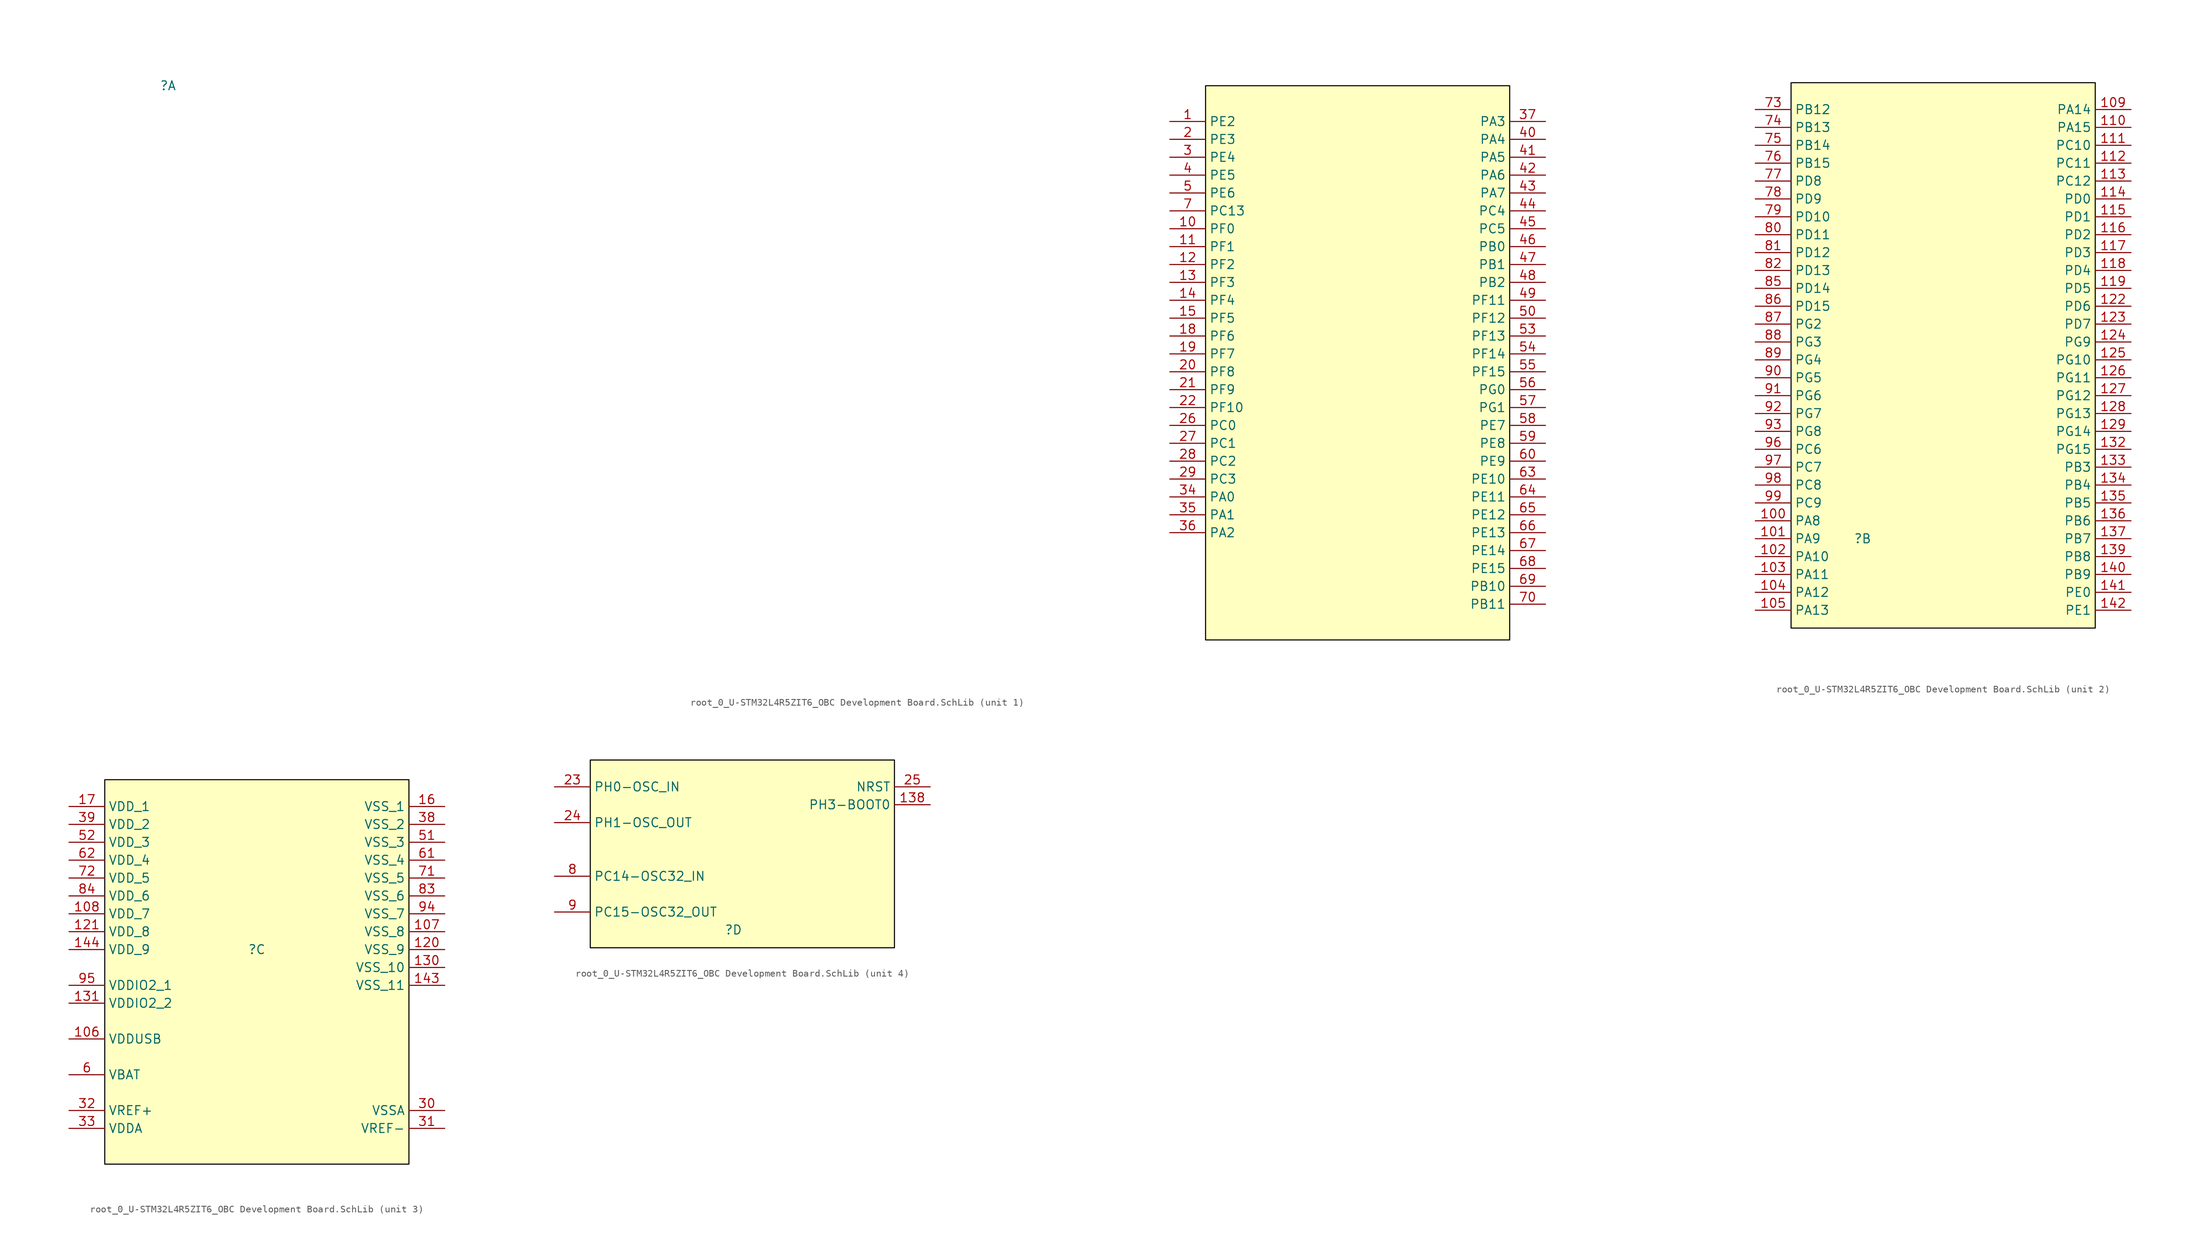
<source format=kicad_sym>
(kicad_symbol_lib
  (version 20241209)
  (generator "kicad_symbol_editor")
  (generator_version "9.0")
  (symbol "root_0_U-STM32L4R5ZIT6_OBC Development Board.SchLib"
    (property "Reference" ""
      (at 0 0 0)
      (effects (font (size 1.27 1.27))))
    (property "Value" ""
      (at 0 0 0)
      (effects (font (size 1.27 1.27))))
    (symbol "root_0_U-STM32L4R5ZIT6_OBC Development Board.SchLib_1_0"
      (rectangle (start 190.5 0) (end 147.32 -78.74) (stroke (width 0) (type solid) (color 0 0 0 1)) (fill (type background)))
      (pin passive line (at 142.24 -5.08 0) (length 5.08) (name "PE2" (effects (font (size 1.27 1.27)))) (number "1" (effects (font (size 1.27 1.27)))))
      (pin passive line (at 142.24 -7.62 0) (length 5.08) (name "PE3" (effects (font (size 1.27 1.27)))) (number "2" (effects (font (size 1.27 1.27)))))
      (pin passive line (at 142.24 -10.16 0) (length 5.08) (name "PE4" (effects (font (size 1.27 1.27)))) (number "3" (effects (font (size 1.27 1.27)))))
      (pin passive line (at 142.24 -12.7 0) (length 5.08) (name "PE5" (effects (font (size 1.27 1.27)))) (number "4" (effects (font (size 1.27 1.27)))))
      (pin passive line (at 142.24 -15.24 0) (length 5.08) (name "PE6" (effects (font (size 1.27 1.27)))) (number "5" (effects (font (size 1.27 1.27)))))
      (pin passive line (at 142.24 -17.78 0) (length 5.08) (name "PC13" (effects (font (size 1.27 1.27)))) (number "7" (effects (font (size 1.27 1.27)))))
      (pin passive line (at 142.24 -20.32 0) (length 5.08) (name "PF0" (effects (font (size 1.27 1.27)))) (number "10" (effects (font (size 1.27 1.27)))))
      (pin passive line (at 142.24 -22.86 0) (length 5.08) (name "PF1" (effects (font (size 1.27 1.27)))) (number "11" (effects (font (size 1.27 1.27)))))
      (pin passive line (at 142.24 -25.4 0) (length 5.08) (name "PF2" (effects (font (size 1.27 1.27)))) (number "12" (effects (font (size 1.27 1.27)))))
      (pin passive line (at 142.24 -27.94 0) (length 5.08) (name "PF3" (effects (font (size 1.27 1.27)))) (number "13" (effects (font (size 1.27 1.27)))))
      (pin passive line (at 142.24 -30.48 0) (length 5.08) (name "PF4" (effects (font (size 1.27 1.27)))) (number "14" (effects (font (size 1.27 1.27)))))
      (pin passive line (at 142.24 -33.02 0) (length 5.08) (name "PF5" (effects (font (size 1.27 1.27)))) (number "15" (effects (font (size 1.27 1.27)))))
      (pin passive line (at 142.24 -35.56 0) (length 5.08) (name "PF6" (effects (font (size 1.27 1.27)))) (number "18" (effects (font (size 1.27 1.27)))))
      (pin passive line (at 142.24 -38.1 0) (length 5.08) (name "PF7" (effects (font (size 1.27 1.27)))) (number "19" (effects (font (size 1.27 1.27)))))
      (pin passive line (at 142.24 -40.64 0) (length 5.08) (name "PF8" (effects (font (size 1.27 1.27)))) (number "20" (effects (font (size 1.27 1.27)))))
      (pin passive line (at 142.24 -43.18 0) (length 5.08) (name "PF9" (effects (font (size 1.27 1.27)))) (number "21" (effects (font (size 1.27 1.27)))))
      (pin passive line (at 142.24 -45.72 0) (length 5.08) (name "PF10" (effects (font (size 1.27 1.27)))) (number "22" (effects (font (size 1.27 1.27)))))
      (pin passive line (at 142.24 -48.26 0) (length 5.08) (name "PC0" (effects (font (size 1.27 1.27)))) (number "26" (effects (font (size 1.27 1.27)))))
      (pin passive line (at 142.24 -50.8 0) (length 5.08) (name "PC1" (effects (font (size 1.27 1.27)))) (number "27" (effects (font (size 1.27 1.27)))))
      (pin passive line (at 142.24 -53.34 0) (length 5.08) (name "PC2" (effects (font (size 1.27 1.27)))) (number "28" (effects (font (size 1.27 1.27)))))
      (pin passive line (at 142.24 -55.88 0) (length 5.08) (name "PC3" (effects (font (size 1.27 1.27)))) (number "29" (effects (font (size 1.27 1.27)))))
      (pin passive line (at 142.24 -58.42 0) (length 5.08) (name "PA0" (effects (font (size 1.27 1.27)))) (number "34" (effects (font (size 1.27 1.27)))))
      (pin passive line (at 142.24 -60.96 0) (length 5.08) (name "PA1" (effects (font (size 1.27 1.27)))) (number "35" (effects (font (size 1.27 1.27)))))
      (pin passive line (at 142.24 -63.5 0) (length 5.08) (name "PA2" (effects (font (size 1.27 1.27)))) (number "36" (effects (font (size 1.27 1.27)))))
      (pin passive line (at 195.58 -5.08 180) (length 5.08) (name "PA3" (effects (font (size 1.27 1.27)))) (number "37" (effects (font (size 1.27 1.27)))))
      (pin passive line (at 195.58 -7.62 180) (length 5.08) (name "PA4" (effects (font (size 1.27 1.27)))) (number "40" (effects (font (size 1.27 1.27)))))
      (pin passive line (at 195.58 -10.16 180) (length 5.08) (name "PA5" (effects (font (size 1.27 1.27)))) (number "41" (effects (font (size 1.27 1.27)))))
      (pin passive line (at 195.58 -12.7 180) (length 5.08) (name "PA6" (effects (font (size 1.27 1.27)))) (number "42" (effects (font (size 1.27 1.27)))))
      (pin passive line (at 195.58 -15.24 180) (length 5.08) (name "PA7" (effects (font (size 1.27 1.27)))) (number "43" (effects (font (size 1.27 1.27)))))
      (pin passive line (at 195.58 -17.78 180) (length 5.08) (name "PC4" (effects (font (size 1.27 1.27)))) (number "44" (effects (font (size 1.27 1.27)))))
      (pin passive line (at 195.58 -20.32 180) (length 5.08) (name "PC5" (effects (font (size 1.27 1.27)))) (number "45" (effects (font (size 1.27 1.27)))))
      (pin passive line (at 195.58 -22.86 180) (length 5.08) (name "PB0" (effects (font (size 1.27 1.27)))) (number "46" (effects (font (size 1.27 1.27)))))
      (pin passive line (at 195.58 -25.4 180) (length 5.08) (name "PB1" (effects (font (size 1.27 1.27)))) (number "47" (effects (font (size 1.27 1.27)))))
      (pin passive line (at 195.58 -27.94 180) (length 5.08) (name "PB2" (effects (font (size 1.27 1.27)))) (number "48" (effects (font (size 1.27 1.27)))))
      (pin passive line (at 195.58 -30.48 180) (length 5.08) (name "PF11" (effects (font (size 1.27 1.27)))) (number "49" (effects (font (size 1.27 1.27)))))
      (pin passive line (at 195.58 -33.02 180) (length 5.08) (name "PF12" (effects (font (size 1.27 1.27)))) (number "50" (effects (font (size 1.27 1.27)))))
      (pin passive line (at 195.58 -35.56 180) (length 5.08) (name "PF13" (effects (font (size 1.27 1.27)))) (number "53" (effects (font (size 1.27 1.27)))))
      (pin passive line (at 195.58 -38.1 180) (length 5.08) (name "PF14" (effects (font (size 1.27 1.27)))) (number "54" (effects (font (size 1.27 1.27)))))
      (pin passive line (at 195.58 -40.64 180) (length 5.08) (name "PF15" (effects (font (size 1.27 1.27)))) (number "55" (effects (font (size 1.27 1.27)))))
      (pin passive line (at 195.58 -43.18 180) (length 5.08) (name "PG0" (effects (font (size 1.27 1.27)))) (number "56" (effects (font (size 1.27 1.27)))))
      (pin passive line (at 195.58 -45.72 180) (length 5.08) (name "PG1" (effects (font (size 1.27 1.27)))) (number "57" (effects (font (size 1.27 1.27)))))
      (pin passive line (at 195.58 -48.26 180) (length 5.08) (name "PE7" (effects (font (size 1.27 1.27)))) (number "58" (effects (font (size 1.27 1.27)))))
      (pin passive line (at 195.58 -50.8 180) (length 5.08) (name "PE8" (effects (font (size 1.27 1.27)))) (number "59" (effects (font (size 1.27 1.27)))))
      (pin passive line (at 195.58 -53.34 180) (length 5.08) (name "PE9" (effects (font (size 1.27 1.27)))) (number "60" (effects (font (size 1.27 1.27)))))
      (pin passive line (at 195.58 -55.88 180) (length 5.08) (name "PE10" (effects (font (size 1.27 1.27)))) (number "63" (effects (font (size 1.27 1.27)))))
      (pin passive line (at 195.58 -58.42 180) (length 5.08) (name "PE11" (effects (font (size 1.27 1.27)))) (number "64" (effects (font (size 1.27 1.27)))))
      (pin passive line (at 195.58 -60.96 180) (length 5.08) (name "PE12" (effects (font (size 1.27 1.27)))) (number "65" (effects (font (size 1.27 1.27)))))
      (pin passive line (at 195.58 -63.5 180) (length 5.08) (name "PE13" (effects (font (size 1.27 1.27)))) (number "66" (effects (font (size 1.27 1.27)))))
      (pin passive line (at 195.58 -66.04 180) (length 5.08) (name "PE14" (effects (font (size 1.27 1.27)))) (number "67" (effects (font (size 1.27 1.27)))))
      (pin passive line (at 195.58 -68.58 180) (length 5.08) (name "PE15" (effects (font (size 1.27 1.27)))) (number "68" (effects (font (size 1.27 1.27)))))
      (pin passive line (at 195.58 -71.12 180) (length 5.08) (name "PB10" (effects (font (size 1.27 1.27)))) (number "69" (effects (font (size 1.27 1.27)))))
      (pin passive line (at 195.58 -73.66 180) (length 5.08) (name "PB11" (effects (font (size 1.27 1.27)))) (number "70" (effects (font (size 1.27 1.27))))))
    (symbol "root_0_U-STM32L4R5ZIT6_OBC Development Board.SchLib_2_0"
      (rectangle (start 33.02 64.77) (end -10.16 -12.7) (stroke (width 0) (type solid) (color 0 0 0 1)) (fill (type background)))
      (pin passive line (at -15.24 60.96 0) (length 5.08) (name "PB12" (effects (font (size 1.27 1.27)))) (number "73" (effects (font (size 1.27 1.27)))))
      (pin passive line (at -15.24 58.42 0) (length 5.08) (name "PB13" (effects (font (size 1.27 1.27)))) (number "74" (effects (font (size 1.27 1.27)))))
      (pin passive line (at -15.24 55.88 0) (length 5.08) (name "PB14" (effects (font (size 1.27 1.27)))) (number "75" (effects (font (size 1.27 1.27)))))
      (pin passive line (at -15.24 53.34 0) (length 5.08) (name "PB15" (effects (font (size 1.27 1.27)))) (number "76" (effects (font (size 1.27 1.27)))))
      (pin passive line (at -15.24 50.8 0) (length 5.08) (name "PD8" (effects (font (size 1.27 1.27)))) (number "77" (effects (font (size 1.27 1.27)))))
      (pin passive line (at -15.24 48.26 0) (length 5.08) (name "PD9" (effects (font (size 1.27 1.27)))) (number "78" (effects (font (size 1.27 1.27)))))
      (pin passive line (at -15.24 45.72 0) (length 5.08) (name "PD10" (effects (font (size 1.27 1.27)))) (number "79" (effects (font (size 1.27 1.27)))))
      (pin passive line (at -15.24 43.18 0) (length 5.08) (name "PD11" (effects (font (size 1.27 1.27)))) (number "80" (effects (font (size 1.27 1.27)))))
      (pin passive line (at -15.24 40.64 0) (length 5.08) (name "PD12" (effects (font (size 1.27 1.27)))) (number "81" (effects (font (size 1.27 1.27)))))
      (pin passive line (at -15.24 38.1 0) (length 5.08) (name "PD13" (effects (font (size 1.27 1.27)))) (number "82" (effects (font (size 1.27 1.27)))))
      (pin passive line (at -15.24 35.56 0) (length 5.08) (name "PD14" (effects (font (size 1.27 1.27)))) (number "85" (effects (font (size 1.27 1.27)))))
      (pin passive line (at -15.24 33.02 0) (length 5.08) (name "PD15" (effects (font (size 1.27 1.27)))) (number "86" (effects (font (size 1.27 1.27)))))
      (pin passive line (at -15.24 30.48 0) (length 5.08) (name "PG2" (effects (font (size 1.27 1.27)))) (number "87" (effects (font (size 1.27 1.27)))))
      (pin passive line (at -15.24 27.94 0) (length 5.08) (name "PG3" (effects (font (size 1.27 1.27)))) (number "88" (effects (font (size 1.27 1.27)))))
      (pin passive line (at -15.24 25.4 0) (length 5.08) (name "PG4" (effects (font (size 1.27 1.27)))) (number "89" (effects (font (size 1.27 1.27)))))
      (pin passive line (at -15.24 22.86 0) (length 5.08) (name "PG5" (effects (font (size 1.27 1.27)))) (number "90" (effects (font (size 1.27 1.27)))))
      (pin passive line (at -15.24 20.32 0) (length 5.08) (name "PG6" (effects (font (size 1.27 1.27)))) (number "91" (effects (font (size 1.27 1.27)))))
      (pin passive line (at -15.24 17.78 0) (length 5.08) (name "PG7" (effects (font (size 1.27 1.27)))) (number "92" (effects (font (size 1.27 1.27)))))
      (pin passive line (at -15.24 15.24 0) (length 5.08) (name "PG8" (effects (font (size 1.27 1.27)))) (number "93" (effects (font (size 1.27 1.27)))))
      (pin passive line (at -15.24 12.7 0) (length 5.08) (name "PC6" (effects (font (size 1.27 1.27)))) (number "96" (effects (font (size 1.27 1.27)))))
      (pin passive line (at -15.24 10.16 0) (length 5.08) (name "PC7" (effects (font (size 1.27 1.27)))) (number "97" (effects (font (size 1.27 1.27)))))
      (pin passive line (at -15.24 7.62 0) (length 5.08) (name "PC8" (effects (font (size 1.27 1.27)))) (number "98" (effects (font (size 1.27 1.27)))))
      (pin passive line (at -15.24 5.08 0) (length 5.08) (name "PC9" (effects (font (size 1.27 1.27)))) (number "99" (effects (font (size 1.27 1.27)))))
      (pin passive line (at -15.24 2.54 0) (length 5.08) (name "PA8" (effects (font (size 1.27 1.27)))) (number "100" (effects (font (size 1.27 1.27)))))
      (pin passive line (at -15.24 0 0) (length 5.08) (name "PA9" (effects (font (size 1.27 1.27)))) (number "101" (effects (font (size 1.27 1.27)))))
      (pin passive line (at -15.24 -2.54 0) (length 5.08) (name "PA10" (effects (font (size 1.27 1.27)))) (number "102" (effects (font (size 1.27 1.27)))))
      (pin passive line (at -15.24 -5.08 0) (length 5.08) (name "PA11" (effects (font (size 1.27 1.27)))) (number "103" (effects (font (size 1.27 1.27)))))
      (pin passive line (at -15.24 -7.62 0) (length 5.08) (name "PA12" (effects (font (size 1.27 1.27)))) (number "104" (effects (font (size 1.27 1.27)))))
      (pin passive line (at -15.24 -10.16 0) (length 5.08) (name "PA13" (effects (font (size 1.27 1.27)))) (number "105" (effects (font (size 1.27 1.27)))))
      (pin passive line (at 38.1 60.96 180) (length 5.08) (name "PA14" (effects (font (size 1.27 1.27)))) (number "109" (effects (font (size 1.27 1.27)))))
      (pin passive line (at 38.1 58.42 180) (length 5.08) (name "PA15" (effects (font (size 1.27 1.27)))) (number "110" (effects (font (size 1.27 1.27)))))
      (pin passive line (at 38.1 55.88 180) (length 5.08) (name "PC10" (effects (font (size 1.27 1.27)))) (number "111" (effects (font (size 1.27 1.27)))))
      (pin passive line (at 38.1 53.34 180) (length 5.08) (name "PC11" (effects (font (size 1.27 1.27)))) (number "112" (effects (font (size 1.27 1.27)))))
      (pin passive line (at 38.1 50.8 180) (length 5.08) (name "PC12" (effects (font (size 1.27 1.27)))) (number "113" (effects (font (size 1.27 1.27)))))
      (pin passive line (at 38.1 48.26 180) (length 5.08) (name "PD0" (effects (font (size 1.27 1.27)))) (number "114" (effects (font (size 1.27 1.27)))))
      (pin passive line (at 38.1 45.72 180) (length 5.08) (name "PD1" (effects (font (size 1.27 1.27)))) (number "115" (effects (font (size 1.27 1.27)))))
      (pin passive line (at 38.1 43.18 180) (length 5.08) (name "PD2" (effects (font (size 1.27 1.27)))) (number "116" (effects (font (size 1.27 1.27)))))
      (pin passive line (at 38.1 40.64 180) (length 5.08) (name "PD3" (effects (font (size 1.27 1.27)))) (number "117" (effects (font (size 1.27 1.27)))))
      (pin passive line (at 38.1 38.1 180) (length 5.08) (name "PD4" (effects (font (size 1.27 1.27)))) (number "118" (effects (font (size 1.27 1.27)))))
      (pin passive line (at 38.1 35.56 180) (length 5.08) (name "PD5" (effects (font (size 1.27 1.27)))) (number "119" (effects (font (size 1.27 1.27)))))
      (pin passive line (at 38.1 33.02 180) (length 5.08) (name "PD6" (effects (font (size 1.27 1.27)))) (number "122" (effects (font (size 1.27 1.27)))))
      (pin passive line (at 38.1 30.48 180) (length 5.08) (name "PD7" (effects (font (size 1.27 1.27)))) (number "123" (effects (font (size 1.27 1.27)))))
      (pin passive line (at 38.1 27.94 180) (length 5.08) (name "PG9" (effects (font (size 1.27 1.27)))) (number "124" (effects (font (size 1.27 1.27)))))
      (pin passive line (at 38.1 25.4 180) (length 5.08) (name "PG10" (effects (font (size 1.27 1.27)))) (number "125" (effects (font (size 1.27 1.27)))))
      (pin passive line (at 38.1 22.86 180) (length 5.08) (name "PG11" (effects (font (size 1.27 1.27)))) (number "126" (effects (font (size 1.27 1.27)))))
      (pin passive line (at 38.1 20.32 180) (length 5.08) (name "PG12" (effects (font (size 1.27 1.27)))) (number "127" (effects (font (size 1.27 1.27)))))
      (pin passive line (at 38.1 17.78 180) (length 5.08) (name "PG13" (effects (font (size 1.27 1.27)))) (number "128" (effects (font (size 1.27 1.27)))))
      (pin passive line (at 38.1 15.24 180) (length 5.08) (name "PG14" (effects (font (size 1.27 1.27)))) (number "129" (effects (font (size 1.27 1.27)))))
      (pin passive line (at 38.1 12.7 180) (length 5.08) (name "PG15" (effects (font (size 1.27 1.27)))) (number "132" (effects (font (size 1.27 1.27)))))
      (pin passive line (at 38.1 10.16 180) (length 5.08) (name "PB3" (effects (font (size 1.27 1.27)))) (number "133" (effects (font (size 1.27 1.27)))))
      (pin passive line (at 38.1 7.62 180) (length 5.08) (name "PB4" (effects (font (size 1.27 1.27)))) (number "134" (effects (font (size 1.27 1.27)))))
      (pin passive line (at 38.1 5.08 180) (length 5.08) (name "PB5" (effects (font (size 1.27 1.27)))) (number "135" (effects (font (size 1.27 1.27)))))
      (pin passive line (at 38.1 2.54 180) (length 5.08) (name "PB6" (effects (font (size 1.27 1.27)))) (number "136" (effects (font (size 1.27 1.27)))))
      (pin passive line (at 38.1 0 180) (length 5.08) (name "PB7" (effects (font (size 1.27 1.27)))) (number "137" (effects (font (size 1.27 1.27)))))
      (pin passive line (at 38.1 -2.54 180) (length 5.08) (name "PB8" (effects (font (size 1.27 1.27)))) (number "139" (effects (font (size 1.27 1.27)))))
      (pin passive line (at 38.1 -5.08 180) (length 5.08) (name "PB9" (effects (font (size 1.27 1.27)))) (number "140" (effects (font (size 1.27 1.27)))))
      (pin passive line (at 38.1 -7.62 180) (length 5.08) (name "PE0" (effects (font (size 1.27 1.27)))) (number "141" (effects (font (size 1.27 1.27)))))
      (pin passive line (at 38.1 -10.16 180) (length 5.08) (name "PE1" (effects (font (size 1.27 1.27)))) (number "142" (effects (font (size 1.27 1.27))))))
    (symbol "root_0_U-STM32L4R5ZIT6_OBC Development Board.SchLib_3_0"
      (rectangle (start 21.59 24.13) (end -21.59 -30.48) (stroke (width 0) (type solid) (color 0 0 0 1)) (fill (type background)))
      (pin passive line (at -26.67 20.32 0) (length 5.08) (name "VDD_1" (effects (font (size 1.27 1.27)))) (number "17" (effects (font (size 1.27 1.27)))))
      (pin passive line (at -26.67 17.78 0) (length 5.08) (name "VDD_2" (effects (font (size 1.27 1.27)))) (number "39" (effects (font (size 1.27 1.27)))))
      (pin passive line (at -26.67 15.24 0) (length 5.08) (name "VDD_3" (effects (font (size 1.27 1.27)))) (number "52" (effects (font (size 1.27 1.27)))))
      (pin passive line (at -26.67 12.7 0) (length 5.08) (name "VDD_4" (effects (font (size 1.27 1.27)))) (number "62" (effects (font (size 1.27 1.27)))))
      (pin passive line (at -26.67 10.16 0) (length 5.08) (name "VDD_5" (effects (font (size 1.27 1.27)))) (number "72" (effects (font (size 1.27 1.27)))))
      (pin passive line (at -26.67 7.62 0) (length 5.08) (name "VDD_6" (effects (font (size 1.27 1.27)))) (number "84" (effects (font (size 1.27 1.27)))))
      (pin passive line (at -26.67 5.08 0) (length 5.08) (name "VDD_7" (effects (font (size 1.27 1.27)))) (number "108" (effects (font (size 1.27 1.27)))))
      (pin passive line (at -26.67 2.54 0) (length 5.08) (name "VDD_8" (effects (font (size 1.27 1.27)))) (number "121" (effects (font (size 1.27 1.27)))))
      (pin passive line (at -26.67 0 0) (length 5.08) (name "VDD_9" (effects (font (size 1.27 1.27)))) (number "144" (effects (font (size 1.27 1.27)))))
      (pin passive line (at -26.67 -5.08 0) (length 5.08) (name "VDDIO2_1" (effects (font (size 1.27 1.27)))) (number "95" (effects (font (size 1.27 1.27)))))
      (pin passive line (at -26.67 -7.62 0) (length 5.08) (name "VDDIO2_2" (effects (font (size 1.27 1.27)))) (number "131" (effects (font (size 1.27 1.27)))))
      (pin passive line (at -26.67 -12.7 0) (length 5.08) (name "VDDUSB" (effects (font (size 1.27 1.27)))) (number "106" (effects (font (size 1.27 1.27)))))
      (pin passive line (at -26.67 -17.78 0) (length 5.08) (name "VBAT" (effects (font (size 1.27 1.27)))) (number "6" (effects (font (size 1.27 1.27)))))
      (pin passive line (at -26.67 -22.86 0) (length 5.08) (name "VREF+" (effects (font (size 1.27 1.27)))) (number "32" (effects (font (size 1.27 1.27)))))
      (pin passive line (at -26.67 -25.4 0) (length 5.08) (name "VDDA" (effects (font (size 1.27 1.27)))) (number "33" (effects (font (size 1.27 1.27)))))
      (pin passive line (at 26.67 20.32 180) (length 5.08) (name "VSS_1" (effects (font (size 1.27 1.27)))) (number "16" (effects (font (size 1.27 1.27)))))
      (pin passive line (at 26.67 17.78 180) (length 5.08) (name "VSS_2" (effects (font (size 1.27 1.27)))) (number "38" (effects (font (size 1.27 1.27)))))
      (pin passive line (at 26.67 15.24 180) (length 5.08) (name "VSS_3" (effects (font (size 1.27 1.27)))) (number "51" (effects (font (size 1.27 1.27)))))
      (pin passive line (at 26.67 12.7 180) (length 5.08) (name "VSS_4" (effects (font (size 1.27 1.27)))) (number "61" (effects (font (size 1.27 1.27)))))
      (pin passive line (at 26.67 10.16 180) (length 5.08) (name "VSS_5" (effects (font (size 1.27 1.27)))) (number "71" (effects (font (size 1.27 1.27)))))
      (pin passive line (at 26.67 7.62 180) (length 5.08) (name "VSS_6" (effects (font (size 1.27 1.27)))) (number "83" (effects (font (size 1.27 1.27)))))
      (pin passive line (at 26.67 5.08 180) (length 5.08) (name "VSS_7" (effects (font (size 1.27 1.27)))) (number "94" (effects (font (size 1.27 1.27)))))
      (pin passive line (at 26.67 2.54 180) (length 5.08) (name "VSS_8" (effects (font (size 1.27 1.27)))) (number "107" (effects (font (size 1.27 1.27)))))
      (pin passive line (at 26.67 0 180) (length 5.08) (name "VSS_9" (effects (font (size 1.27 1.27)))) (number "120" (effects (font (size 1.27 1.27)))))
      (pin passive line (at 26.67 -2.54 180) (length 5.08) (name "VSS_10" (effects (font (size 1.27 1.27)))) (number "130" (effects (font (size 1.27 1.27)))))
      (pin passive line (at 26.67 -5.08 180) (length 5.08) (name "VSS_11" (effects (font (size 1.27 1.27)))) (number "143" (effects (font (size 1.27 1.27)))))
      (pin passive line (at 26.67 -22.86 180) (length 5.08) (name "VSSA" (effects (font (size 1.27 1.27)))) (number "30" (effects (font (size 1.27 1.27)))))
      (pin passive line (at 26.67 -25.4 180) (length 5.08) (name "VREF-" (effects (font (size 1.27 1.27)))) (number "31" (effects (font (size 1.27 1.27))))))
    (symbol "root_0_U-STM32L4R5ZIT6_OBC Development Board.SchLib_4_0"
      (rectangle (start 22.86 24.13) (end -20.32 -2.54) (stroke (width 0) (type solid) (color 0 0 0 1)) (fill (type background)))
      (pin passive line (at -25.4 20.32 0) (length 5.08) (name "PH0-OSC_IN" (effects (font (size 1.27 1.27)))) (number "23" (effects (font (size 1.27 1.27)))))
      (pin passive line (at -25.4 15.24 0) (length 5.08) (name "PH1-OSC_OUT" (effects (font (size 1.27 1.27)))) (number "24" (effects (font (size 1.27 1.27)))))
      (pin passive line (at -25.4 7.62 0) (length 5.08) (name "PC14-OSC32_IN" (effects (font (size 1.27 1.27)))) (number "8" (effects (font (size 1.27 1.27)))))
      (pin passive line (at -25.4 2.54 0) (length 5.08) (name "PC15-OSC32_OUT" (effects (font (size 1.27 1.27)))) (number "9" (effects (font (size 1.27 1.27)))))
      (pin passive line (at 27.94 20.32 180) (length 5.08) (name "NRST" (effects (font (size 1.27 1.27)))) (number "25" (effects (font (size 1.27 1.27)))))
      (pin passive line (at 27.94 17.78 180) (length 5.08) (name "PH3-BOOT0" (effects (font (size 1.27 1.27)))) (number "138" (effects (font (size 1.27 1.27))))))))
</source>
